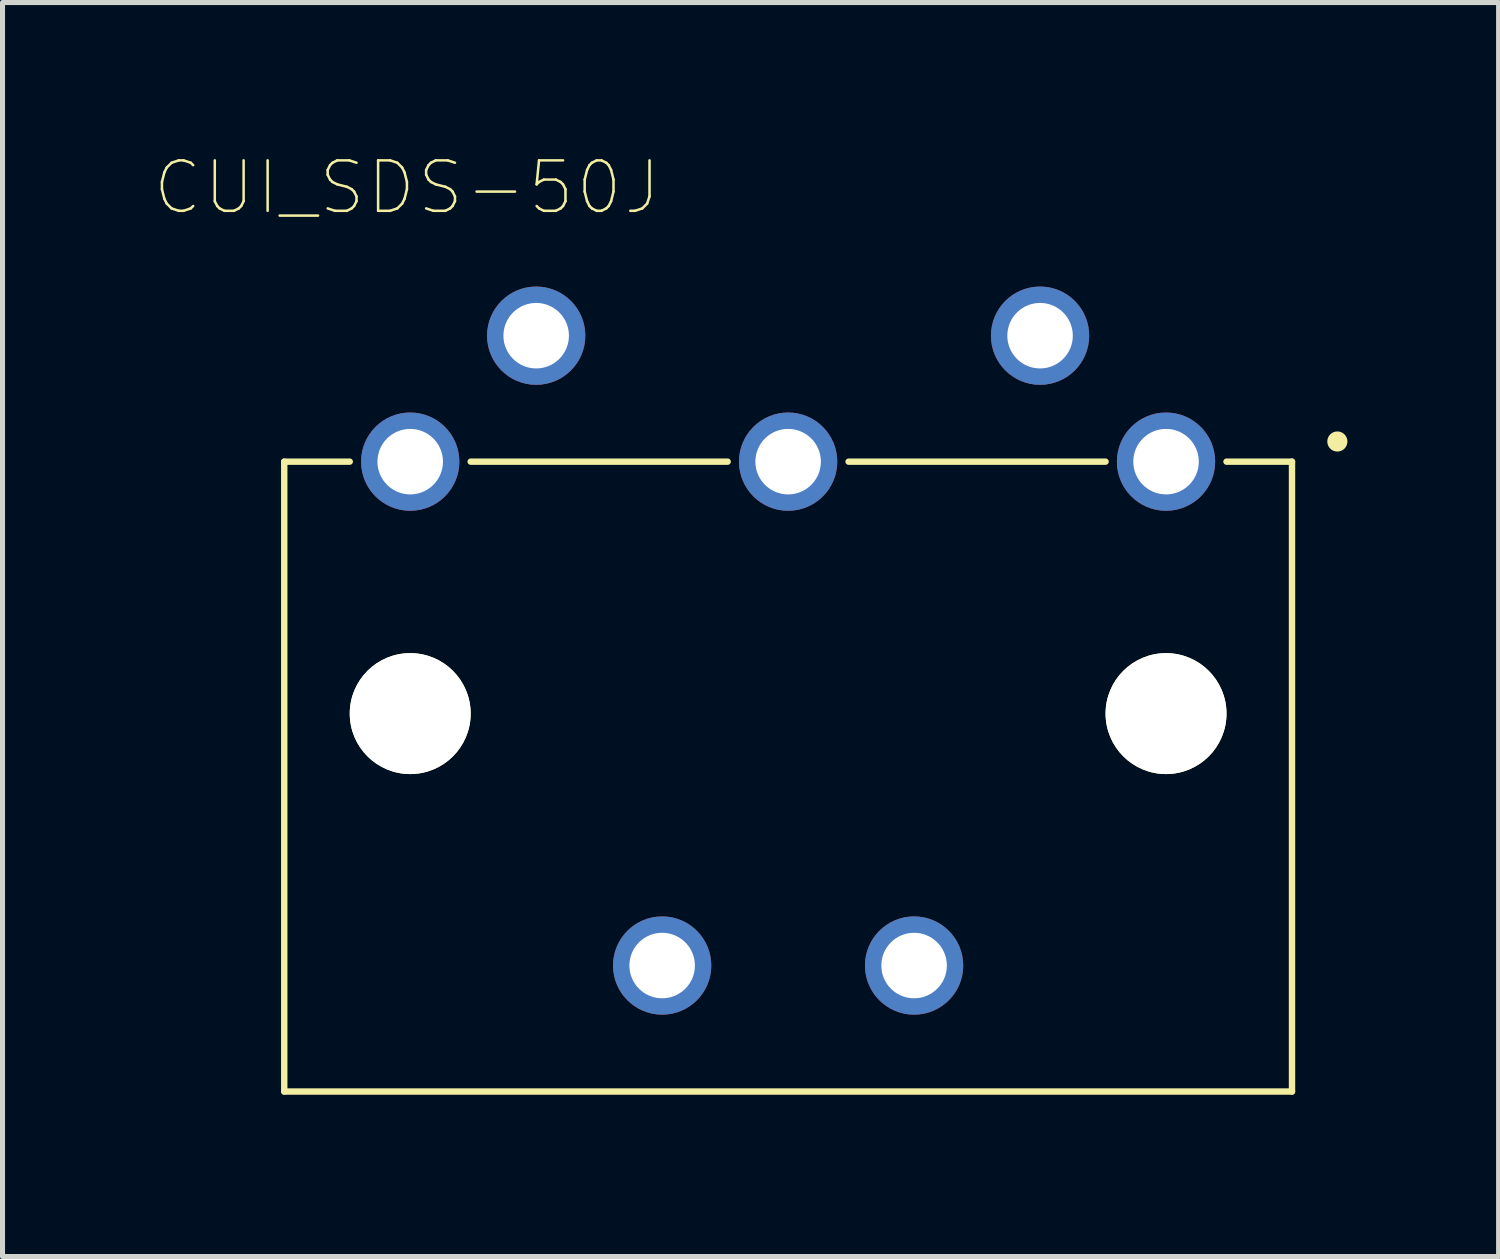
<source format=kicad_pcb>
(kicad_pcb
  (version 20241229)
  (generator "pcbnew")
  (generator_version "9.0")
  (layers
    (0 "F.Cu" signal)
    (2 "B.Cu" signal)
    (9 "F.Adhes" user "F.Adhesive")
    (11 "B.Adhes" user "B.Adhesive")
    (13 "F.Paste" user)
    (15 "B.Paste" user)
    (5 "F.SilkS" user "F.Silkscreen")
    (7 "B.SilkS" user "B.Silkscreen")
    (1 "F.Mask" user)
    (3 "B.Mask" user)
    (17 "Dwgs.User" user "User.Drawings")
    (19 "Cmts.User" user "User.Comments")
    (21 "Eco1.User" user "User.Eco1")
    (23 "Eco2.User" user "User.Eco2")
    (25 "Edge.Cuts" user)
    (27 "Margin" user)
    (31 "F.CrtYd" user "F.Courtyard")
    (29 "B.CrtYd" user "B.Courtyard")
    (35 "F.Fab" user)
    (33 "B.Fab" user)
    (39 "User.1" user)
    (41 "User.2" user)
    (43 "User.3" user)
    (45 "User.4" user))
  (footprint "CUI_SDS-50J"
    (layer "F.Cu")
    (at 12.591 6.112)
    (property "Reference" "CUI_SDS-50J" (at -7.565 -5.439 0) (layer "F.SilkS") (effects (font (size 1.001 1.001) (thickness 0.05))))
    (attr through_hole)
    (fp_line (start -10 0) (end -10 12.5) (stroke (width 0.127) (type solid)) (layer "F.SilkS"))
    (fp_line (start -10 0) (end -8.7 0) (stroke (width 0.127) (type solid)) (layer "F.SilkS"))
    (fp_line (start -10 12.5) (end 10 12.5) (stroke (width 0.127) (type solid)) (layer "F.SilkS"))
    (fp_line (start -6.3 0) (end -1.2 0) (stroke (width 0.127) (type solid)) (layer "F.SilkS"))
    (fp_line (start 1.2 0) (end 6.3 0) (stroke (width 0.127) (type solid)) (layer "F.SilkS"))
    (fp_line (start 10 0) (end 8.7 0) (stroke (width 0.127) (type solid)) (layer "F.SilkS"))
    (fp_line (start 10 12.5) (end 10 0) (stroke (width 0.127) (type solid)) (layer "F.SilkS"))
    (fp_circle (center 10.9 -0.4) (end 11 -0.4) (stroke (width 0.2) (type solid)) (fill no) (layer "F.SilkS"))
    (fp_line (start -10.25 -3.75) (end 10.25 -3.75) (stroke (width 0.05) (type solid)) (layer "Eco1.User"))
    (fp_line (start -10.25 12.75) (end -10.25 -3.75) (stroke (width 0.05) (type solid)) (layer "Eco1.User"))
    (fp_line (start 10.25 -3.75) (end 10.25 12.75) (stroke (width 0.05) (type solid)) (layer "Eco1.User"))
    (fp_line (start 10.25 12.75) (end -10.25 12.75) (stroke (width 0.05) (type solid)) (layer "Eco1.User"))
    (fp_line (start -10 0) (end -10 12.5) (stroke (width 0.127) (type solid)) (layer "Eco2.User"))
    (fp_line (start -10 12.5) (end 10 12.5) (stroke (width 0.127) (type solid)) (layer "Eco2.User"))
    (fp_line (start 10 0) (end -10 0) (stroke (width 0.127) (type solid)) (layer "Eco2.User"))
    (fp_line (start 10 12.5) (end 10 0) (stroke (width 0.127) (type solid)) (layer "Eco2.User"))
    (fp_circle (center 10.9 -0.4) (end 11 -0.4) (stroke (width 0.2) (type solid)) (fill no) (layer "Eco2.User"))
    (pad "" np_thru_hole circle (at -7.5 5) (size 2.4 2.4) (drill 2.4) (layers "*.Cu" "*.Mask" "F.SilkS"))
    (pad "" np_thru_hole circle (at 7.5 5) (size 2.4 2.4) (drill 2.4) (layers "*.Cu" "*.Mask" "F.SilkS"))
    (pad "1" thru_hole circle (at 7.5 0) (size 1.95 1.95) (drill 1.3) (layers "*.Cu" "*.Mask"))
    (pad "2" thru_hole circle (at 0 0) (size 1.95 1.95) (drill 1.3) (layers "*.Cu" "*.Mask"))
    (pad "3" thru_hole circle (at -7.5 0) (size 1.95 1.95) (drill 1.3) (layers "*.Cu" "*.Mask"))
    (pad "4" thru_hole circle (at 5 -2.5) (size 1.95 1.95) (drill 1.3) (layers "*.Cu" "*.Mask"))
    (pad "5" thru_hole circle (at -5 -2.5) (size 1.95 1.95) (drill 1.3) (layers "*.Cu" "*.Mask"))
    (pad "S1" thru_hole circle (at -2.5 10) (size 1.95 1.95) (drill 1.3) (layers "*.Cu" "*.Mask"))
    (pad "S2" thru_hole circle (at 2.5 10) (size 1.95 1.95) (drill 1.3) (layers "*.Cu" "*.Mask")))
  (gr_rect
    (start -3 -3)
    (end 26.691 21.887)
    (stroke (width 0.1) (type default))
    (fill no)
    (layer "Edge.Cuts")))
</source>
